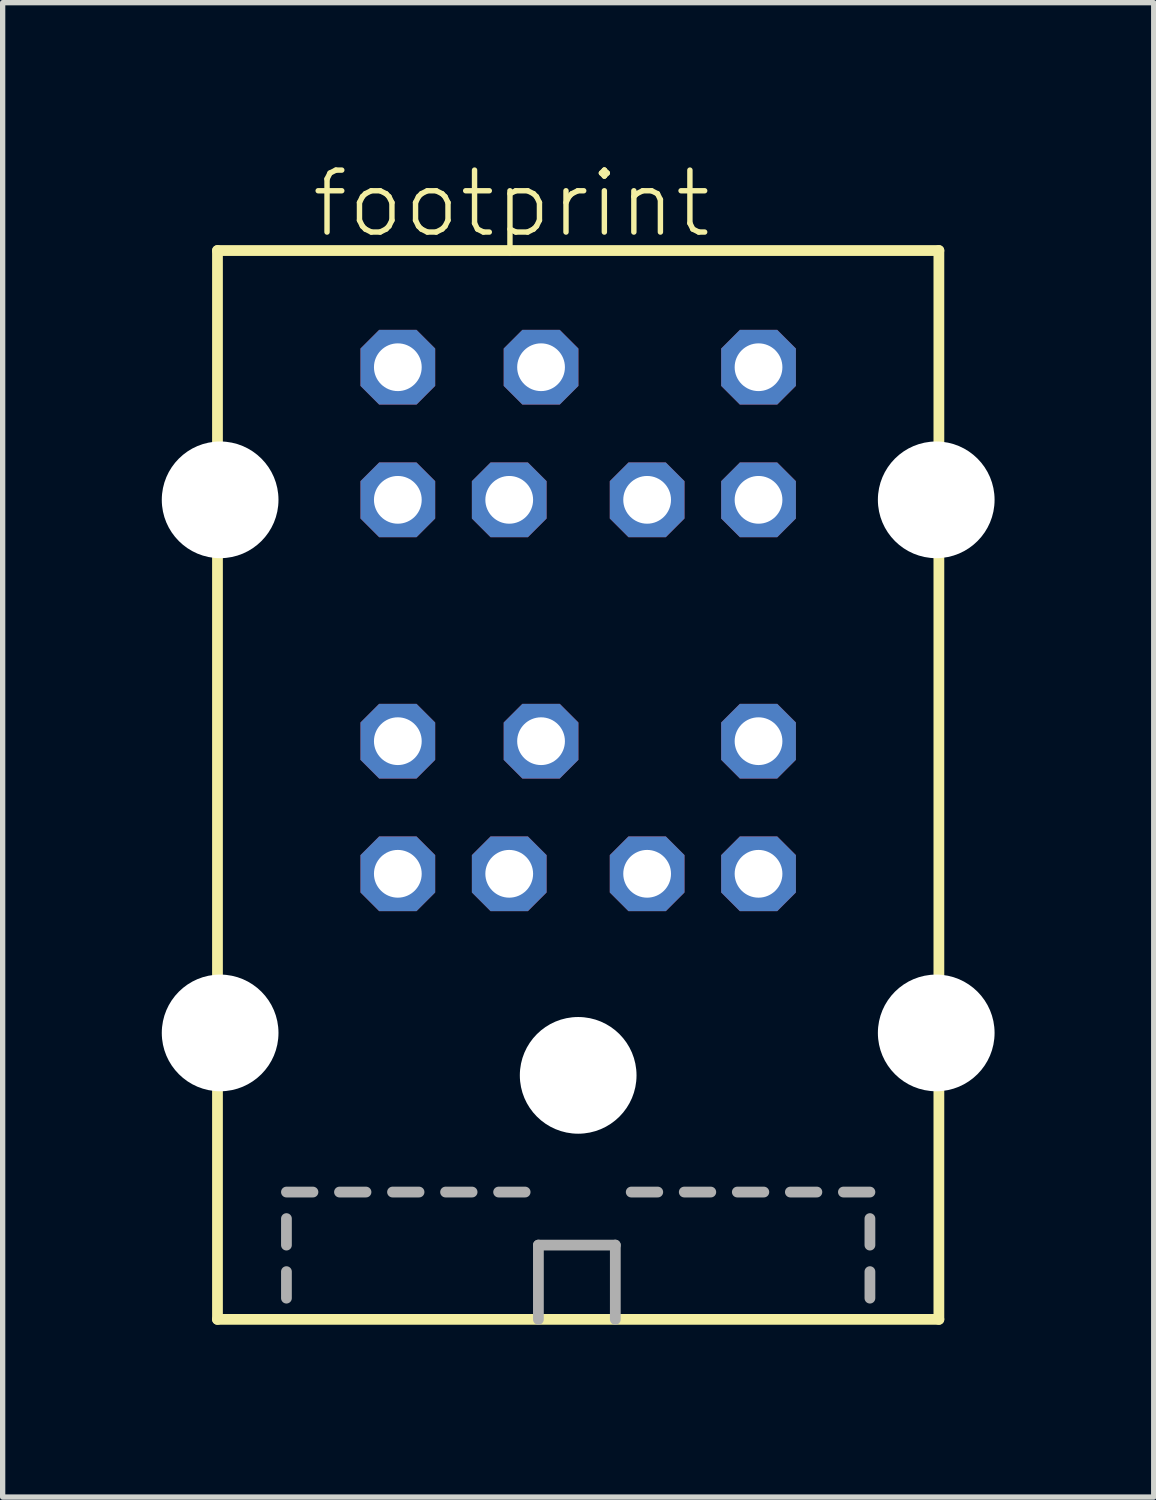
<source format=kicad_pcb>
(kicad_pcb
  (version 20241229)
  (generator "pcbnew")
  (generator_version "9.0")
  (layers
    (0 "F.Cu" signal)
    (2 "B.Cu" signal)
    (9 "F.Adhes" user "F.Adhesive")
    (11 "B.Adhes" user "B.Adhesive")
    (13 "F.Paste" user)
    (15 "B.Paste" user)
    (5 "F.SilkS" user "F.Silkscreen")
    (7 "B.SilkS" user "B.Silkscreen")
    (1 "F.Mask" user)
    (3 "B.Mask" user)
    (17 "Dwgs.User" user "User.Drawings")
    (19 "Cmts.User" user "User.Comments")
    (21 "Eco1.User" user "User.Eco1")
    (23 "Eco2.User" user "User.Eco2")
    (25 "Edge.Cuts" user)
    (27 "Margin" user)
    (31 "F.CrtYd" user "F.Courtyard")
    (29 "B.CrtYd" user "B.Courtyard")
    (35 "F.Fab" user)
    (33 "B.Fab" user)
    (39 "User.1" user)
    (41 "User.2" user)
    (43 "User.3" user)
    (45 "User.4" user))
  (footprint "footprint"
    (layer "F.Cu")
    (at 7.85 21.923)
    (property "Reference" "footprint" (at -5.08 -20.45 0) (layer "F.SilkS") (effects (font (size 1.168 1.168) (thickness 0.102)) (justify left bottom)))
    (fp_line (start -6.8 -20.25) (end -6.8 -0.1) (stroke (width 0.203) (type solid)) (layer "F.SilkS"))
    (fp_line (start -6.8 -0.1) (end 6.8 -0.1) (stroke (width 0.203) (type solid)) (layer "F.SilkS"))
    (fp_line (start 6.8 -20.25) (end -6.8 -20.25) (stroke (width 0.203) (type solid)) (layer "F.SilkS"))
    (fp_line (start 6.8 -0.1) (end 6.8 -20.25) (stroke (width 0.203) (type solid)) (layer "F.SilkS"))
    (fp_line (start -5.5 -2.5) (end -5 -2.5) (stroke (width 0.203) (type solid)) (layer "F.Fab"))
    (fp_line (start -5.5 -1.5) (end -5.5 -2) (stroke (width 0.203) (type solid)) (layer "F.Fab"))
    (fp_line (start -5.5 -0.5) (end -5.5 -1) (stroke (width 0.203) (type solid)) (layer "F.Fab"))
    (fp_line (start -4.5 -2.5) (end -4 -2.5) (stroke (width 0.203) (type solid)) (layer "F.Fab"))
    (fp_line (start -3.5 -2.5) (end -3 -2.5) (stroke (width 0.203) (type solid)) (layer "F.Fab"))
    (fp_line (start -2.5 -2.5) (end -2 -2.5) (stroke (width 0.203) (type solid)) (layer "F.Fab"))
    (fp_line (start -1.5 -2.5) (end -1 -2.5) (stroke (width 0.203) (type solid)) (layer "F.Fab"))
    (fp_line (start -0.75 -1.5) (end 0.7 -1.5) (stroke (width 0.203) (type solid)) (layer "F.Fab"))
    (fp_line (start -0.75 -0.1) (end -0.75 -1.5) (stroke (width 0.203) (type solid)) (layer "F.Fab"))
    (fp_line (start 0.7 -1.5) (end 0.7 -0.1) (stroke (width 0.203) (type solid)) (layer "F.Fab"))
    (fp_line (start 1 -2.5) (end 1.5 -2.5) (stroke (width 0.203) (type solid)) (layer "F.Fab"))
    (fp_line (start 2 -2.5) (end 2.5 -2.5) (stroke (width 0.203) (type solid)) (layer "F.Fab"))
    (fp_line (start 3 -2.5) (end 3.5 -2.5) (stroke (width 0.203) (type solid)) (layer "F.Fab"))
    (fp_line (start 4 -2.5) (end 4.5 -2.5) (stroke (width 0.203) (type solid)) (layer "F.Fab"))
    (fp_line (start 5 -2.5) (end 5.5 -2.5) (stroke (width 0.203) (type solid)) (layer "F.Fab"))
    (fp_line (start 5.5 -1.5) (end 5.5 -2) (stroke (width 0.203) (type solid)) (layer "F.Fab"))
    (fp_line (start 5.5 -0.5) (end 5.5 -1) (stroke (width 0.203) (type solid)) (layer "F.Fab"))
    (pad "" np_thru_hole circle (at -6.75 -15.55) (size 2.2 2.2) (drill 2.2) (layers "*.Cu" "*.Mask"))
    (pad "" np_thru_hole circle (at -6.75 -5.5) (size 2.2 2.2) (drill 2.2) (layers "*.Cu" "*.Mask"))
    (pad "" np_thru_hole circle (at 0 -4.7) (size 2.2 2.2) (drill 2.2) (layers "*.Cu" "*.Mask"))
    (pad "" np_thru_hole circle (at 6.75 -15.55) (size 2.2 2.2) (drill 2.2) (layers "*.Cu" "*.Mask"))
    (pad "" np_thru_hole circle (at 6.75 -5.5) (size 2.2 2.2) (drill 2.2) (layers "*.Cu" "*.Mask"))
    (pad "1-1" thru_hole roundrect (at 1.3 -8.5) (size 1.408 1.408) (drill 0.9) (layers "*.Cu" "*.Mask") (roundrect_rratio 0.25) (chamfer_ratio 0.25) (chamfer top_left top_right bottom_left bottom_right))
    (pad "1-2" thru_hole roundrect (at -1.3 -8.5) (size 1.408 1.408) (drill 0.9) (layers "*.Cu" "*.Mask") (roundrect_rratio 0.25) (chamfer_ratio 0.25) (chamfer top_left top_right bottom_left bottom_right))
    (pad "1-3" thru_hole roundrect (at 3.4 -8.5) (size 1.408 1.408) (drill 0.9) (layers "*.Cu" "*.Mask") (roundrect_rratio 0.25) (chamfer_ratio 0.25) (chamfer top_left top_right bottom_left bottom_right))
    (pad "1-4" thru_hole roundrect (at -3.4 -8.5) (size 1.408 1.408) (drill 0.9) (layers "*.Cu" "*.Mask") (roundrect_rratio 0.25) (chamfer_ratio 0.25) (chamfer top_left top_right bottom_left bottom_right))
    (pad "1-5" thru_hole roundrect (at 3.4 -11) (size 1.408 1.408) (drill 0.9) (layers "*.Cu" "*.Mask") (roundrect_rratio 0.25) (chamfer_ratio 0.25) (chamfer top_left top_right bottom_left bottom_right))
    (pad "1-6" thru_hole roundrect (at -0.7 -11) (size 1.408 1.408) (drill 0.9) (layers "*.Cu" "*.Mask") (roundrect_rratio 0.25) (chamfer_ratio 0.25) (chamfer top_left top_right bottom_left bottom_right))
    (pad "1-7" thru_hole roundrect (at -3.4 -11) (size 1.408 1.408) (drill 0.9) (layers "*.Cu" "*.Mask") (roundrect_rratio 0.25) (chamfer_ratio 0.25) (chamfer top_left top_right bottom_left bottom_right))
    (pad "2-1" thru_hole roundrect (at 1.3 -15.55) (size 1.408 1.408) (drill 0.9) (layers "*.Cu" "*.Mask") (roundrect_rratio 0.25) (chamfer_ratio 0.25) (chamfer top_left top_right bottom_left bottom_right))
    (pad "2-2" thru_hole roundrect (at -1.3 -15.55) (size 1.408 1.408) (drill 0.9) (layers "*.Cu" "*.Mask") (roundrect_rratio 0.25) (chamfer_ratio 0.25) (chamfer top_left top_right bottom_left bottom_right))
    (pad "2-3" thru_hole roundrect (at 3.4 -15.55) (size 1.408 1.408) (drill 0.9) (layers "*.Cu" "*.Mask") (roundrect_rratio 0.25) (chamfer_ratio 0.25) (chamfer top_left top_right bottom_left bottom_right))
    (pad "2-4" thru_hole roundrect (at -3.4 -15.55) (size 1.408 1.408) (drill 0.9) (layers "*.Cu" "*.Mask") (roundrect_rratio 0.25) (chamfer_ratio 0.25) (chamfer top_left top_right bottom_left bottom_right))
    (pad "2-5" thru_hole roundrect (at 3.4 -18.05) (size 1.408 1.408) (drill 0.9) (layers "*.Cu" "*.Mask") (roundrect_rratio 0.25) (chamfer_ratio 0.25) (chamfer top_left top_right bottom_left bottom_right))
    (pad "2-6" thru_hole roundrect (at -0.7 -18.05) (size 1.408 1.408) (drill 0.9) (layers "*.Cu" "*.Mask") (roundrect_rratio 0.25) (chamfer_ratio 0.25) (chamfer top_left top_right bottom_left bottom_right))
    (pad "2-7" thru_hole roundrect (at -3.4 -18.05) (size 1.408 1.408) (drill 0.9) (layers "*.Cu" "*.Mask") (roundrect_rratio 0.25) (chamfer_ratio 0.25) (chamfer top_left top_right bottom_left bottom_right)))
  (gr_rect
    (start -3 -3)
    (end 18.7 25.173)
    (stroke (width 0.1) (type default))
    (fill no)
    (layer "Edge.Cuts")))
</source>
